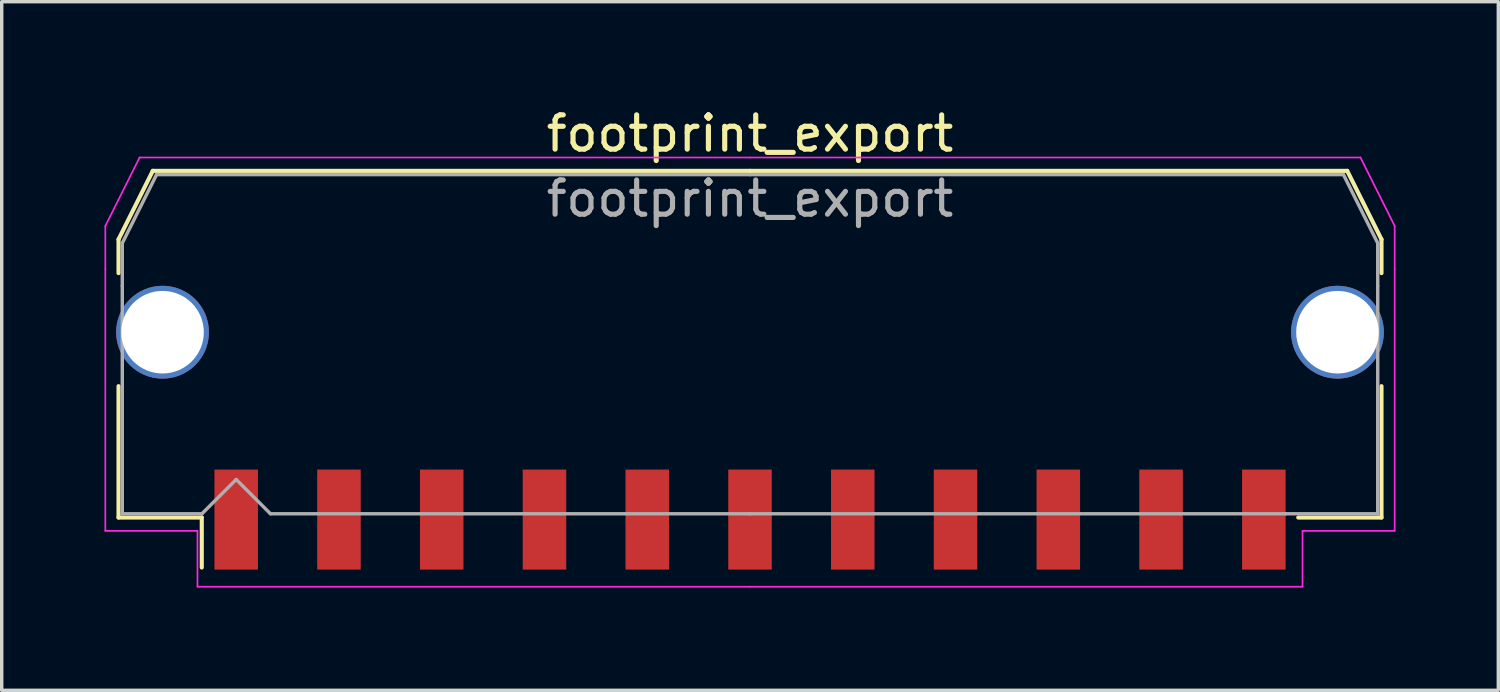
<source format=kicad_pcb>
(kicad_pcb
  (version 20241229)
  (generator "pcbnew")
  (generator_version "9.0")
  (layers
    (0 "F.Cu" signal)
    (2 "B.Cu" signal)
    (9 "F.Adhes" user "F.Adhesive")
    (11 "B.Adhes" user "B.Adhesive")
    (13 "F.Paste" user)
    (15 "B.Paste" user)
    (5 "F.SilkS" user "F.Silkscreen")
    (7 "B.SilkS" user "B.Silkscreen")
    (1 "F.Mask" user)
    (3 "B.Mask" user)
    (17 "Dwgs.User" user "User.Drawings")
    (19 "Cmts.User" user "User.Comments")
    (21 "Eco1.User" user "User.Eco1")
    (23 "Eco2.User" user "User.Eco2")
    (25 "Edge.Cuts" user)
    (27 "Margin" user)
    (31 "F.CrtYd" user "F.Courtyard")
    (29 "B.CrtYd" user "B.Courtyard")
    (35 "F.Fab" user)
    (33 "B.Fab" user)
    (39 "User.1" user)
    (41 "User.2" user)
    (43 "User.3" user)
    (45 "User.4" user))
  (footprint "footprint_export"
    (layer "F.Cu")
    (at 18.845 6.998)
    (property "Reference" "footprint_export" (at 0 -6.15 0) (layer "F.SilkS") (effects (font (size 1 1) (thickness 0.15))))
    (attr smd)
    (fp_line (start -18.435 -3.06) (end -18.435 -2.075) (stroke (width 0.12) (type solid)) (layer "F.SilkS"))
    (fp_line (start -18.435 1.225) (end -18.435 5.06) (stroke (width 0.12) (type solid)) (layer "F.SilkS"))
    (fp_line (start -18.435 5.06) (end -16.005 5.06) (stroke (width 0.12) (type solid)) (layer "F.SilkS"))
    (fp_line (start -17.435 -5.06) (end -18.435 -3.06) (stroke (width 0.12) (type solid)) (layer "F.SilkS"))
    (fp_line (start -16.005 5.06) (end -16.005 6.52) (stroke (width 0.12) (type solid)) (layer "F.SilkS"))
    (fp_line (start 0 -5.06) (end -17.435 -5.06) (stroke (width 0.12) (type solid)) (layer "F.SilkS"))
    (fp_line (start 0 -5.06) (end 17.435 -5.06) (stroke (width 0.12) (type solid)) (layer "F.SilkS"))
    (fp_line (start 17.435 -5.06) (end 18.435 -3.06) (stroke (width 0.12) (type solid)) (layer "F.SilkS"))
    (fp_line (start 18.435 -3.06) (end 18.435 -2.075) (stroke (width 0.12) (type solid)) (layer "F.SilkS"))
    (fp_line (start 18.435 1.225) (end 18.435 5.06) (stroke (width 0.12) (type solid)) (layer "F.SilkS"))
    (fp_line (start 18.435 5.06) (end 16.005 5.06) (stroke (width 0.12) (type solid)) (layer "F.SilkS"))
    (fp_line (start -18.82 -3.45) (end -18.82 -2.2) (stroke (width 0.05) (type solid)) (layer "F.CrtYd"))
    (fp_line (start -18.82 -2.2) (end -18.82 5.45) (stroke (width 0.05) (type solid)) (layer "F.CrtYd"))
    (fp_line (start -18.82 5.45) (end -16.13 5.45) (stroke (width 0.05) (type solid)) (layer "F.CrtYd"))
    (fp_line (start -17.82 -5.45) (end -18.82 -3.45) (stroke (width 0.05) (type solid)) (layer "F.CrtYd"))
    (fp_line (start -16.13 5.45) (end -16.13 7.08) (stroke (width 0.05) (type solid)) (layer "F.CrtYd"))
    (fp_line (start -16.13 7.08) (end 0 7.08) (stroke (width 0.05) (type solid)) (layer "F.CrtYd"))
    (fp_line (start 0 -5.45) (end -17.82 -5.45) (stroke (width 0.05) (type solid)) (layer "F.CrtYd"))
    (fp_line (start 0 -5.45) (end 17.82 -5.45) (stroke (width 0.05) (type solid)) (layer "F.CrtYd"))
    (fp_line (start 16.13 5.45) (end 16.13 7.08) (stroke (width 0.05) (type solid)) (layer "F.CrtYd"))
    (fp_line (start 16.13 7.08) (end 0 7.08) (stroke (width 0.05) (type solid)) (layer "F.CrtYd"))
    (fp_line (start 17.82 -5.45) (end 18.82 -3.45) (stroke (width 0.05) (type solid)) (layer "F.CrtYd"))
    (fp_line (start 18.82 -3.45) (end 18.82 -2.2) (stroke (width 0.05) (type solid)) (layer "F.CrtYd"))
    (fp_line (start 18.82 -2.2) (end 18.82 5.45) (stroke (width 0.05) (type solid)) (layer "F.CrtYd"))
    (fp_line (start 18.82 5.45) (end 16.13 5.45) (stroke (width 0.05) (type solid)) (layer "F.CrtYd"))
    (fp_line (start -18.325 -2.95) (end -18.325 -1.705) (stroke (width 0.1) (type solid)) (layer "F.Fab"))
    (fp_line (start -18.325 -1.705) (end -18.325 4.95) (stroke (width 0.1) (type solid)) (layer "F.Fab"))
    (fp_line (start -18.325 4.95) (end -16 4.95) (stroke (width 0.1) (type solid)) (layer "F.Fab"))
    (fp_line (start -17.325 -4.95) (end -18.325 -2.95) (stroke (width 0.1) (type solid)) (layer "F.Fab"))
    (fp_line (start -16 4.95) (end -15 3.95) (stroke (width 0.1) (type solid)) (layer "F.Fab"))
    (fp_line (start -15 3.95) (end -14 4.95) (stroke (width 0.1) (type solid)) (layer "F.Fab"))
    (fp_line (start -14 4.95) (end 0 4.95) (stroke (width 0.1) (type solid)) (layer "F.Fab"))
    (fp_line (start 0 -4.95) (end -17.325 -4.95) (stroke (width 0.1) (type solid)) (layer "F.Fab"))
    (fp_line (start 0 -4.95) (end 17.325 -4.95) (stroke (width 0.1) (type solid)) (layer "F.Fab"))
    (fp_line (start 15.635 4.95) (end 0 4.95) (stroke (width 0.1) (type solid)) (layer "F.Fab"))
    (fp_line (start 17.325 -4.95) (end 18.325 -2.95) (stroke (width 0.1) (type solid)) (layer "F.Fab"))
    (fp_line (start 18.325 -2.95) (end 18.325 -1.705) (stroke (width 0.1) (type solid)) (layer "F.Fab"))
    (fp_line (start 18.325 -1.705) (end 18.325 4.95) (stroke (width 0.1) (type solid)) (layer "F.Fab"))
    (fp_line (start 18.325 4.95) (end 15.635 4.95) (stroke (width 0.1) (type solid)) (layer "F.Fab"))
    (fp_text user "${REFERENCE}" (at 0 -4.25 0) (layer "F.Fab") (effects (font (size 1 1) (thickness 0.15))))
    (pad "1" smd rect (at -15 5.12) (size 1.27 2.92) (layers "F.Cu" "F.Mask" "F.Paste"))
    (pad "2" smd rect (at -12 5.12) (size 1.27 2.92) (layers "F.Cu" "F.Mask" "F.Paste"))
    (pad "3" smd rect (at -9 5.12) (size 1.27 2.92) (layers "F.Cu" "F.Mask" "F.Paste"))
    (pad "4" smd rect (at -6 5.12) (size 1.27 2.92) (layers "F.Cu" "F.Mask" "F.Paste"))
    (pad "5" smd rect (at -3 5.12) (size 1.27 2.92) (layers "F.Cu" "F.Mask" "F.Paste"))
    (pad "6" smd rect (at 0 5.12) (size 1.27 2.92) (layers "F.Cu" "F.Mask" "F.Paste"))
    (pad "7" smd rect (at 3 5.12) (size 1.27 2.92) (layers "F.Cu" "F.Mask" "F.Paste"))
    (pad "8" smd rect (at 6 5.12) (size 1.27 2.92) (layers "F.Cu" "F.Mask" "F.Paste"))
    (pad "9" smd rect (at 9 5.12) (size 1.27 2.92) (layers "F.Cu" "F.Mask" "F.Paste"))
    (pad "10" smd rect (at 12 5.12) (size 1.27 2.92) (layers "F.Cu" "F.Mask" "F.Paste"))
    (pad "11" smd rect (at 15 5.12) (size 1.27 2.92) (layers "F.Cu" "F.Mask" "F.Paste"))
    (pad "MP" thru_hole circle (at -17.15 -0.35) (size 2.71 2.71) (drill 2.41) (layers "*.Cu" "*.Mask"))
    (pad "MP" thru_hole circle (at 17.15 -0.35) (size 2.71 2.71) (drill 2.41) (layers "*.Cu" "*.Mask")))
  (gr_rect
    (start -3 -3)
    (end 40.69 17.103)
    (stroke (width 0.1) (type default))
    (fill no)
    (layer "Edge.Cuts")))
</source>
